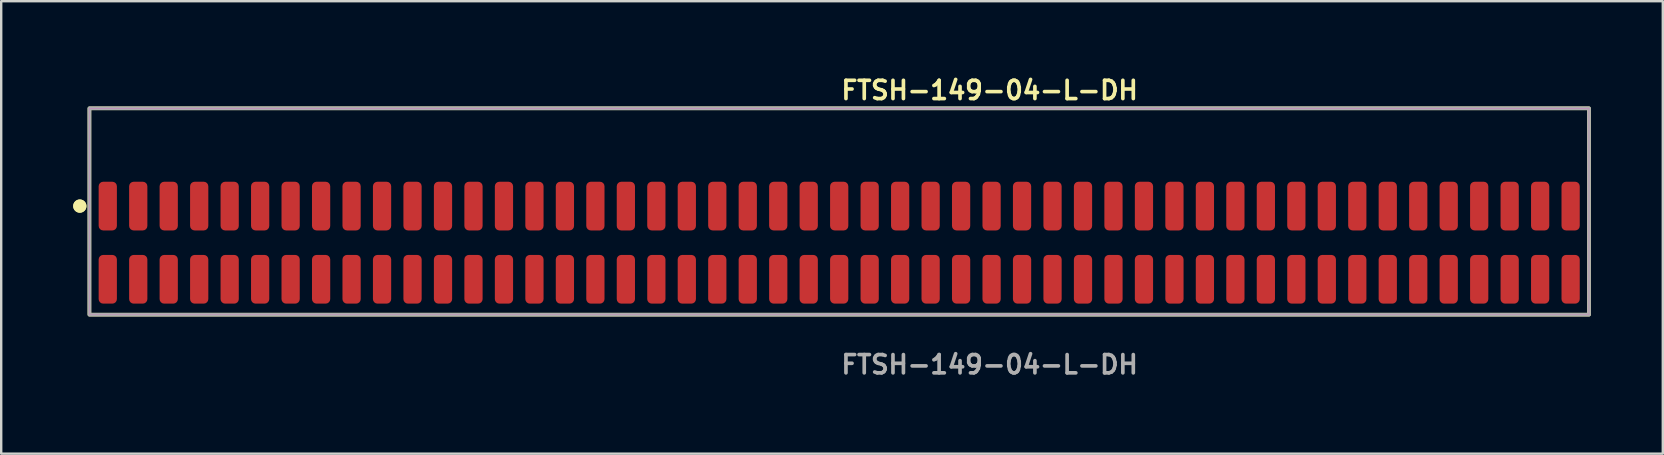
<source format=kicad_pcb>
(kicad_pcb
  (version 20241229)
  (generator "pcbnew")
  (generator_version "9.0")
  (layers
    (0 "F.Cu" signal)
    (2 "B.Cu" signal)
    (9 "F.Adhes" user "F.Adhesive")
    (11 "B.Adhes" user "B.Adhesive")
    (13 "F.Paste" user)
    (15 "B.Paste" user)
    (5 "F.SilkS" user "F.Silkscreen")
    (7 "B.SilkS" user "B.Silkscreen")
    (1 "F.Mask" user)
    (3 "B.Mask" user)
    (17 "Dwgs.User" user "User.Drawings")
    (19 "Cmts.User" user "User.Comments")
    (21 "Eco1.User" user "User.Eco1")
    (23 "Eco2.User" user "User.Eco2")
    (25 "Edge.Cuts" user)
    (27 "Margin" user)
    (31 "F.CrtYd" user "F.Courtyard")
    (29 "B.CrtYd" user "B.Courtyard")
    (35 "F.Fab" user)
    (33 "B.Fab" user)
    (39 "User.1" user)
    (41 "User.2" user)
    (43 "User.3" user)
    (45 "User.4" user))
  (footprint "FTSH-149-04-L-DH"
    (layer "F.Cu")
    (at 31.921 7.063)
    (property "Reference" "FTSH-149-04-L-DH" (at 0 -6.35 0) (unlocked yes) (layer "F.SilkS") (effects (font (size 0.762 0.762) (thickness 0.152)) (justify left)))
    (fp_rect (start -31.245 3) (end 31.245 -5.6) (stroke (width 0.152) (type solid)) (fill no) (layer "F.SilkS"))
    (fp_circle (center -31.645 -1.525) (end -31.845 -1.525) (stroke (width 0.152) (type solid)) (fill yes) (layer "F.SilkS"))
    (fp_circle (center -31.645 -1.525) (end -31.845 -1.525) (stroke (width 0.152) (type solid)) (fill yes) (layer "F.SilkS"))
    (fp_rect (start -31.245 3) (end 31.245 -5.6) (stroke (width 0.006) (type solid)) (fill no) (layer "F.CrtYd"))
    (fp_rect (start -31.245 3) (end 31.245 -5.6) (stroke (width 0.152) (type solid)) (fill no) (layer "F.Fab"))
    (fp_text user "${REFERENCE}" (at 0 5.08 0) (unlocked yes) (layer "F.Fab") (effects (font (size 0.762 0.762) (thickness 0.152)) (justify left)))
    (pad "1" smd roundrect (at -30.48 -1.525) (size 0.76 2.03) (layers "F.Cu" "F.Paste") (roundrect_rratio 0.25))
    (pad "2" smd roundrect (at -30.48 1.525) (size 0.76 2.03) (layers "F.Cu" "F.Paste") (roundrect_rratio 0.25))
    (pad "3" smd roundrect (at -29.21 -1.525) (size 0.76 2.03) (layers "F.Cu" "F.Paste") (roundrect_rratio 0.25))
    (pad "4" smd roundrect (at -29.21 1.525) (size 0.76 2.03) (layers "F.Cu" "F.Paste") (roundrect_rratio 0.25))
    (pad "5" smd roundrect (at -27.94 -1.525) (size 0.76 2.03) (layers "F.Cu" "F.Paste") (roundrect_rratio 0.25))
    (pad "6" smd roundrect (at -27.94 1.525) (size 0.76 2.03) (layers "F.Cu" "F.Paste") (roundrect_rratio 0.25))
    (pad "7" smd roundrect (at -26.67 -1.525) (size 0.76 2.03) (layers "F.Cu" "F.Paste") (roundrect_rratio 0.25))
    (pad "8" smd roundrect (at -26.67 1.525) (size 0.76 2.03) (layers "F.Cu" "F.Paste") (roundrect_rratio 0.25))
    (pad "9" smd roundrect (at -25.4 -1.525) (size 0.76 2.03) (layers "F.Cu" "F.Paste") (roundrect_rratio 0.25))
    (pad "10" smd roundrect (at -25.4 1.525) (size 0.76 2.03) (layers "F.Cu" "F.Paste") (roundrect_rratio 0.25))
    (pad "11" smd roundrect (at -24.13 -1.525) (size 0.76 2.03) (layers "F.Cu" "F.Paste") (roundrect_rratio 0.25))
    (pad "12" smd roundrect (at -24.13 1.525) (size 0.76 2.03) (layers "F.Cu" "F.Paste") (roundrect_rratio 0.25))
    (pad "13" smd roundrect (at -22.86 -1.525) (size 0.76 2.03) (layers "F.Cu" "F.Paste") (roundrect_rratio 0.25))
    (pad "14" smd roundrect (at -22.86 1.525) (size 0.76 2.03) (layers "F.Cu" "F.Paste") (roundrect_rratio 0.25))
    (pad "15" smd roundrect (at -21.59 -1.525) (size 0.76 2.03) (layers "F.Cu" "F.Paste") (roundrect_rratio 0.25))
    (pad "16" smd roundrect (at -21.59 1.525) (size 0.76 2.03) (layers "F.Cu" "F.Paste") (roundrect_rratio 0.25))
    (pad "17" smd roundrect (at -20.32 -1.525) (size 0.76 2.03) (layers "F.Cu" "F.Paste") (roundrect_rratio 0.25))
    (pad "18" smd roundrect (at -20.32 1.525) (size 0.76 2.03) (layers "F.Cu" "F.Paste") (roundrect_rratio 0.25))
    (pad "19" smd roundrect (at -19.05 -1.525) (size 0.76 2.03) (layers "F.Cu" "F.Paste") (roundrect_rratio 0.25))
    (pad "20" smd roundrect (at -19.05 1.525) (size 0.76 2.03) (layers "F.Cu" "F.Paste") (roundrect_rratio 0.25))
    (pad "21" smd roundrect (at -17.78 -1.525) (size 0.76 2.03) (layers "F.Cu" "F.Paste") (roundrect_rratio 0.25))
    (pad "22" smd roundrect (at -17.78 1.525) (size 0.76 2.03) (layers "F.Cu" "F.Paste") (roundrect_rratio 0.25))
    (pad "23" smd roundrect (at -16.51 -1.525) (size 0.76 2.03) (layers "F.Cu" "F.Paste") (roundrect_rratio 0.25))
    (pad "24" smd roundrect (at -16.51 1.525) (size 0.76 2.03) (layers "F.Cu" "F.Paste") (roundrect_rratio 0.25))
    (pad "25" smd roundrect (at -15.24 -1.525) (size 0.76 2.03) (layers "F.Cu" "F.Paste") (roundrect_rratio 0.25))
    (pad "26" smd roundrect (at -15.24 1.525) (size 0.76 2.03) (layers "F.Cu" "F.Paste") (roundrect_rratio 0.25))
    (pad "27" smd roundrect (at -13.97 -1.525) (size 0.76 2.03) (layers "F.Cu" "F.Paste") (roundrect_rratio 0.25))
    (pad "28" smd roundrect (at -13.97 1.525) (size 0.76 2.03) (layers "F.Cu" "F.Paste") (roundrect_rratio 0.25))
    (pad "29" smd roundrect (at -12.7 -1.525) (size 0.76 2.03) (layers "F.Cu" "F.Paste") (roundrect_rratio 0.25))
    (pad "30" smd roundrect (at -12.7 1.525) (size 0.76 2.03) (layers "F.Cu" "F.Paste") (roundrect_rratio 0.25))
    (pad "31" smd roundrect (at -11.43 -1.525) (size 0.76 2.03) (layers "F.Cu" "F.Paste") (roundrect_rratio 0.25))
    (pad "32" smd roundrect (at -11.43 1.525) (size 0.76 2.03) (layers "F.Cu" "F.Paste") (roundrect_rratio 0.25))
    (pad "33" smd roundrect (at -10.16 -1.525) (size 0.76 2.03) (layers "F.Cu" "F.Paste") (roundrect_rratio 0.25))
    (pad "34" smd roundrect (at -10.16 1.525) (size 0.76 2.03) (layers "F.Cu" "F.Paste") (roundrect_rratio 0.25))
    (pad "35" smd roundrect (at -8.89 -1.525) (size 0.76 2.03) (layers "F.Cu" "F.Paste") (roundrect_rratio 0.25))
    (pad "36" smd roundrect (at -8.89 1.525) (size 0.76 2.03) (layers "F.Cu" "F.Paste") (roundrect_rratio 0.25))
    (pad "37" smd roundrect (at -7.62 -1.525) (size 0.76 2.03) (layers "F.Cu" "F.Paste") (roundrect_rratio 0.25))
    (pad "38" smd roundrect (at -7.62 1.525) (size 0.76 2.03) (layers "F.Cu" "F.Paste") (roundrect_rratio 0.25))
    (pad "39" smd roundrect (at -6.35 -1.525) (size 0.76 2.03) (layers "F.Cu" "F.Paste") (roundrect_rratio 0.25))
    (pad "40" smd roundrect (at -6.35 1.525) (size 0.76 2.03) (layers "F.Cu" "F.Paste") (roundrect_rratio 0.25))
    (pad "41" smd roundrect (at -5.08 -1.525) (size 0.76 2.03) (layers "F.Cu" "F.Paste") (roundrect_rratio 0.25))
    (pad "42" smd roundrect (at -5.08 1.525) (size 0.76 2.03) (layers "F.Cu" "F.Paste") (roundrect_rratio 0.25))
    (pad "43" smd roundrect (at -3.81 -1.525) (size 0.76 2.03) (layers "F.Cu" "F.Paste") (roundrect_rratio 0.25))
    (pad "44" smd roundrect (at -3.81 1.525) (size 0.76 2.03) (layers "F.Cu" "F.Paste") (roundrect_rratio 0.25))
    (pad "45" smd roundrect (at -2.54 -1.525) (size 0.76 2.03) (layers "F.Cu" "F.Paste") (roundrect_rratio 0.25))
    (pad "46" smd roundrect (at -2.54 1.525) (size 0.76 2.03) (layers "F.Cu" "F.Paste") (roundrect_rratio 0.25))
    (pad "47" smd roundrect (at -1.27 -1.525) (size 0.76 2.03) (layers "F.Cu" "F.Paste") (roundrect_rratio 0.25))
    (pad "48" smd roundrect (at -1.27 1.525) (size 0.76 2.03) (layers "F.Cu" "F.Paste") (roundrect_rratio 0.25))
    (pad "49" smd roundrect (at 0 -1.525) (size 0.76 2.03) (layers "F.Cu" "F.Paste") (roundrect_rratio 0.25))
    (pad "50" smd roundrect (at 0 1.525) (size 0.76 2.03) (layers "F.Cu" "F.Paste") (roundrect_rratio 0.25))
    (pad "51" smd roundrect (at 1.27 -1.525) (size 0.76 2.03) (layers "F.Cu" "F.Paste") (roundrect_rratio 0.25))
    (pad "52" smd roundrect (at 1.27 1.525) (size 0.76 2.03) (layers "F.Cu" "F.Paste") (roundrect_rratio 0.25))
    (pad "53" smd roundrect (at 2.54 -1.525) (size 0.76 2.03) (layers "F.Cu" "F.Paste") (roundrect_rratio 0.25))
    (pad "54" smd roundrect (at 2.54 1.525) (size 0.76 2.03) (layers "F.Cu" "F.Paste") (roundrect_rratio 0.25))
    (pad "55" smd roundrect (at 3.81 -1.525) (size 0.76 2.03) (layers "F.Cu" "F.Paste") (roundrect_rratio 0.25))
    (pad "56" smd roundrect (at 3.81 1.525) (size 0.76 2.03) (layers "F.Cu" "F.Paste") (roundrect_rratio 0.25))
    (pad "57" smd roundrect (at 5.08 -1.525) (size 0.76 2.03) (layers "F.Cu" "F.Paste") (roundrect_rratio 0.25))
    (pad "58" smd roundrect (at 5.08 1.525) (size 0.76 2.03) (layers "F.Cu" "F.Paste") (roundrect_rratio 0.25))
    (pad "59" smd roundrect (at 6.35 -1.525) (size 0.76 2.03) (layers "F.Cu" "F.Paste") (roundrect_rratio 0.25))
    (pad "60" smd roundrect (at 6.35 1.525) (size 0.76 2.03) (layers "F.Cu" "F.Paste") (roundrect_rratio 0.25))
    (pad "61" smd roundrect (at 7.62 -1.525) (size 0.76 2.03) (layers "F.Cu" "F.Paste") (roundrect_rratio 0.25))
    (pad "62" smd roundrect (at 7.62 1.525) (size 0.76 2.03) (layers "F.Cu" "F.Paste") (roundrect_rratio 0.25))
    (pad "63" smd roundrect (at 8.89 -1.525) (size 0.76 2.03) (layers "F.Cu" "F.Paste") (roundrect_rratio 0.25))
    (pad "64" smd roundrect (at 8.89 1.525) (size 0.76 2.03) (layers "F.Cu" "F.Paste") (roundrect_rratio 0.25))
    (pad "65" smd roundrect (at 10.16 -1.525) (size 0.76 2.03) (layers "F.Cu" "F.Paste") (roundrect_rratio 0.25))
    (pad "66" smd roundrect (at 10.16 1.525) (size 0.76 2.03) (layers "F.Cu" "F.Paste") (roundrect_rratio 0.25))
    (pad "67" smd roundrect (at 11.43 -1.525) (size 0.76 2.03) (layers "F.Cu" "F.Paste") (roundrect_rratio 0.25))
    (pad "68" smd roundrect (at 11.43 1.525) (size 0.76 2.03) (layers "F.Cu" "F.Paste") (roundrect_rratio 0.25))
    (pad "69" smd roundrect (at 12.7 -1.525) (size 0.76 2.03) (layers "F.Cu" "F.Paste") (roundrect_rratio 0.25))
    (pad "70" smd roundrect (at 12.7 1.525) (size 0.76 2.03) (layers "F.Cu" "F.Paste") (roundrect_rratio 0.25))
    (pad "71" smd roundrect (at 13.97 -1.525) (size 0.76 2.03) (layers "F.Cu" "F.Paste") (roundrect_rratio 0.25))
    (pad "72" smd roundrect (at 13.97 1.525) (size 0.76 2.03) (layers "F.Cu" "F.Paste") (roundrect_rratio 0.25))
    (pad "73" smd roundrect (at 15.24 -1.525) (size 0.76 2.03) (layers "F.Cu" "F.Paste") (roundrect_rratio 0.25))
    (pad "74" smd roundrect (at 15.24 1.525) (size 0.76 2.03) (layers "F.Cu" "F.Paste") (roundrect_rratio 0.25))
    (pad "75" smd roundrect (at 16.51 -1.525) (size 0.76 2.03) (layers "F.Cu" "F.Paste") (roundrect_rratio 0.25))
    (pad "76" smd roundrect (at 16.51 1.525) (size 0.76 2.03) (layers "F.Cu" "F.Paste") (roundrect_rratio 0.25))
    (pad "77" smd roundrect (at 17.78 -1.525) (size 0.76 2.03) (layers "F.Cu" "F.Paste") (roundrect_rratio 0.25))
    (pad "78" smd roundrect (at 17.78 1.525) (size 0.76 2.03) (layers "F.Cu" "F.Paste") (roundrect_rratio 0.25))
    (pad "79" smd roundrect (at 19.05 -1.525) (size 0.76 2.03) (layers "F.Cu" "F.Paste") (roundrect_rratio 0.25))
    (pad "80" smd roundrect (at 19.05 1.525) (size 0.76 2.03) (layers "F.Cu" "F.Paste") (roundrect_rratio 0.25))
    (pad "81" smd roundrect (at 20.32 -1.525) (size 0.76 2.03) (layers "F.Cu" "F.Paste") (roundrect_rratio 0.25))
    (pad "82" smd roundrect (at 20.32 1.525) (size 0.76 2.03) (layers "F.Cu" "F.Paste") (roundrect_rratio 0.25))
    (pad "83" smd roundrect (at 21.59 -1.525) (size 0.76 2.03) (layers "F.Cu" "F.Paste") (roundrect_rratio 0.25))
    (pad "84" smd roundrect (at 21.59 1.525) (size 0.76 2.03) (layers "F.Cu" "F.Paste") (roundrect_rratio 0.25))
    (pad "85" smd roundrect (at 22.86 -1.525) (size 0.76 2.03) (layers "F.Cu" "F.Paste") (roundrect_rratio 0.25))
    (pad "86" smd roundrect (at 22.86 1.525) (size 0.76 2.03) (layers "F.Cu" "F.Paste") (roundrect_rratio 0.25))
    (pad "87" smd roundrect (at 24.13 -1.525) (size 0.76 2.03) (layers "F.Cu" "F.Paste") (roundrect_rratio 0.25))
    (pad "88" smd roundrect (at 24.13 1.525) (size 0.76 2.03) (layers "F.Cu" "F.Paste") (roundrect_rratio 0.25))
    (pad "89" smd roundrect (at 25.4 -1.525) (size 0.76 2.03) (layers "F.Cu" "F.Paste") (roundrect_rratio 0.25))
    (pad "90" smd roundrect (at 25.4 1.525) (size 0.76 2.03) (layers "F.Cu" "F.Paste") (roundrect_rratio 0.25))
    (pad "91" smd roundrect (at 26.67 -1.525) (size 0.76 2.03) (layers "F.Cu" "F.Paste") (roundrect_rratio 0.25))
    (pad "92" smd roundrect (at 26.67 1.525) (size 0.76 2.03) (layers "F.Cu" "F.Paste") (roundrect_rratio 0.25))
    (pad "93" smd roundrect (at 27.94 -1.525) (size 0.76 2.03) (layers "F.Cu" "F.Paste") (roundrect_rratio 0.25))
    (pad "94" smd roundrect (at 27.94 1.525) (size 0.76 2.03) (layers "F.Cu" "F.Paste") (roundrect_rratio 0.25))
    (pad "95" smd roundrect (at 29.21 -1.525) (size 0.76 2.03) (layers "F.Cu" "F.Paste") (roundrect_rratio 0.25))
    (pad "96" smd roundrect (at 29.21 1.525) (size 0.76 2.03) (layers "F.Cu" "F.Paste") (roundrect_rratio 0.25))
    (pad "97" smd roundrect (at 30.48 -1.525) (size 0.76 2.03) (layers "F.Cu" "F.Paste") (roundrect_rratio 0.25))
    (pad "98" smd roundrect (at 30.48 1.525) (size 0.76 2.03) (layers "F.Cu" "F.Paste") (roundrect_rratio 0.25)))
  (gr_rect
    (start -3 -3)
    (end 66.242 15.856)
    (stroke (width 0.1) (type default))
    (fill no)
    (layer "Edge.Cuts")))
</source>
